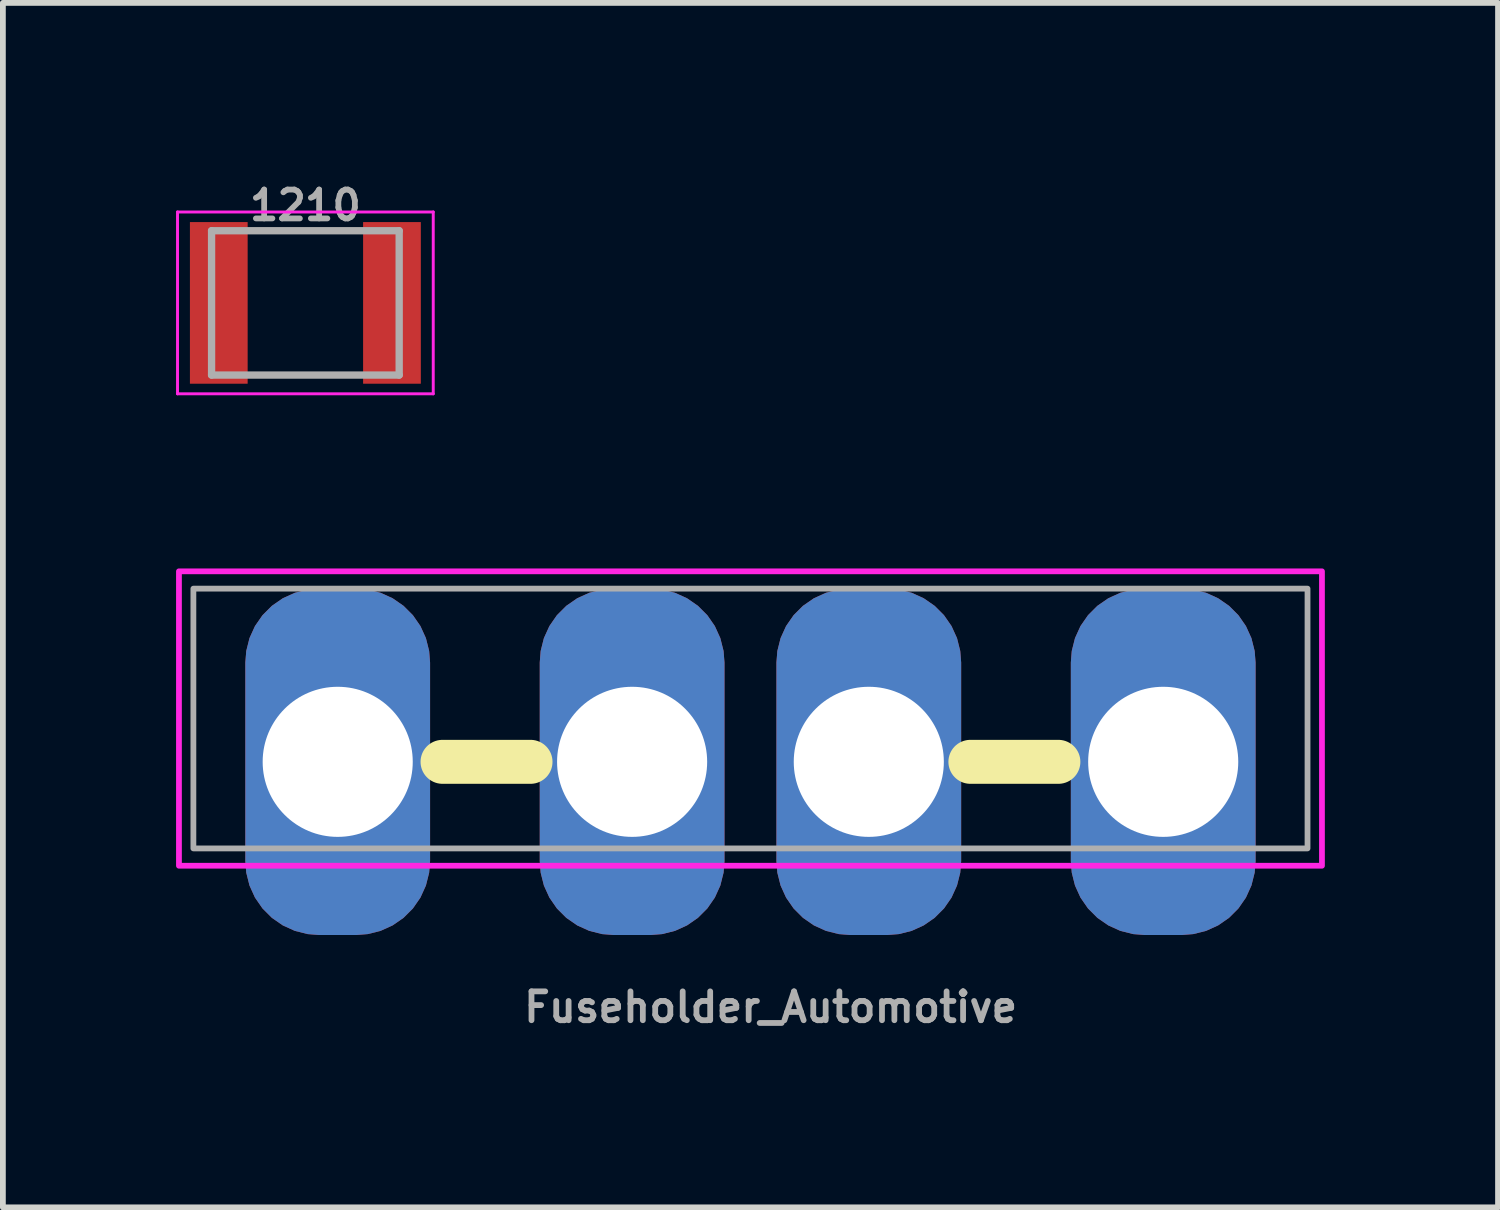
<source format=kicad_pcb>
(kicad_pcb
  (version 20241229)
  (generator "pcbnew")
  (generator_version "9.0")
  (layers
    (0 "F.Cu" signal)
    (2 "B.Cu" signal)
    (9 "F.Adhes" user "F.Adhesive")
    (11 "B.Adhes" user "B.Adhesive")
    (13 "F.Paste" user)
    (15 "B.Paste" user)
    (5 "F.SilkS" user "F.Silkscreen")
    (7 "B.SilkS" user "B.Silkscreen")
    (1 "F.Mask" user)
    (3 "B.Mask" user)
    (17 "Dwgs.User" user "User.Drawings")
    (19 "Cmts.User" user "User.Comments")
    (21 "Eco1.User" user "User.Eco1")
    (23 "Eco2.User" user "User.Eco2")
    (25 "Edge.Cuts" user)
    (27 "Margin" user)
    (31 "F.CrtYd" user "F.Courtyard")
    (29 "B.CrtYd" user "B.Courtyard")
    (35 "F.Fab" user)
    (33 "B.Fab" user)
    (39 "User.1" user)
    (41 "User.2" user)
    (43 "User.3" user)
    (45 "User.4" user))
  (footprint "Fuseholder_Automotive"
    (layer "F.Cu")
    (at 9.95 10.147)
    (property "Reference" "Fuseholder_Automotive" (at 0.35 4.25 0) (layer "F.Fab") (effects (font (size 0.5 0.5) (thickness 0.1))))
    (attr through_hole)
    (fp_line (start -3.81 0) (end -5.334 0) (stroke (width 0.762) (type default)) (layer "F.SilkS"))
    (fp_line (start 5.334 0) (end 3.81 0) (stroke (width 0.762) (type default)) (layer "F.SilkS"))
    (fp_rect (start 9.9 -3.3) (end -9.9 1.8) (stroke (width 0.1) (type default)) (fill no) (layer "F.CrtYd"))
    (fp_rect (start -9.65 -3) (end 9.65 1.5) (stroke (width 0.1) (type default)) (fill no) (layer "F.Fab"))
    (pad "1" thru_hole roundrect (at -7.15 0) (size 3.2 6) (drill 2.6) (layers "*.Cu" "*.Mask") (roundrect_rratio 0.4))
    (pad "1" thru_hole roundrect (at -2.05 0) (size 3.2 6) (drill 2.6) (layers "*.Cu" "*.Mask") (roundrect_rratio 0.4))
    (pad "2" thru_hole roundrect (at 2.05 0) (size 3.2 6) (drill 2.6) (layers "*.Cu" "*.Mask") (roundrect_rratio 0.4))
    (pad "2" thru_hole roundrect (at 7.15 0) (size 3.2 6) (drill 2.6) (layers "*.Cu" "*.Mask") (roundrect_rratio 0.4)))
  (footprint "1210"
    (layer "F.Cu")
    (at 2.24 2.197)
    (property "Reference" "1210" (at 0 -1.397 0) (layer "F.Fab") (effects (font (size 0.5 0.5) (thickness 0.1) (bold yes)) (justify bottom)))
    (attr smd)
    (fp_line (start -2.215 -1.575) (end 2.215 -1.575) (stroke (width 0.051) (type solid)) (layer "F.CrtYd"))
    (fp_line (start -2.215 1.575) (end -2.215 -1.575) (stroke (width 0.051) (type solid)) (layer "F.CrtYd"))
    (fp_line (start 2.215 -1.575) (end 2.215 1.575) (stroke (width 0.051) (type solid)) (layer "F.CrtYd"))
    (fp_line (start 2.215 1.575) (end -2.215 1.575) (stroke (width 0.051) (type solid)) (layer "F.CrtYd"))
    (fp_line (start -1.625 -1.25) (end 1.625 -1.25) (stroke (width 0.127) (type solid)) (layer "F.Fab"))
    (fp_line (start -1.625 1.25) (end -1.625 -1.25) (stroke (width 0.127) (type solid)) (layer "F.Fab"))
    (fp_line (start 1.625 1.25) (end -1.625 1.25) (stroke (width 0.127) (type solid)) (layer "F.Fab"))
    (fp_line (start 1.625 -1.25) (end 1.625 1.25) (stroke (width 0.127) (type solid)) (layer "F.Fab"))
    (pad "1" smd rect (at -1.5 0) (size 1 2.8) (layers "F.Cu" "F.Mask" "F.Paste"))
    (pad "2" smd rect (at 1.5 0) (size 1 2.8) (layers "F.Cu" "F.Mask" "F.Paste")))
  (gr_rect
    (start -3 -3)
    (end 22.9 17.865)
    (stroke (width 0.1) (type default))
    (fill no)
    (layer "Edge.Cuts")))
</source>
